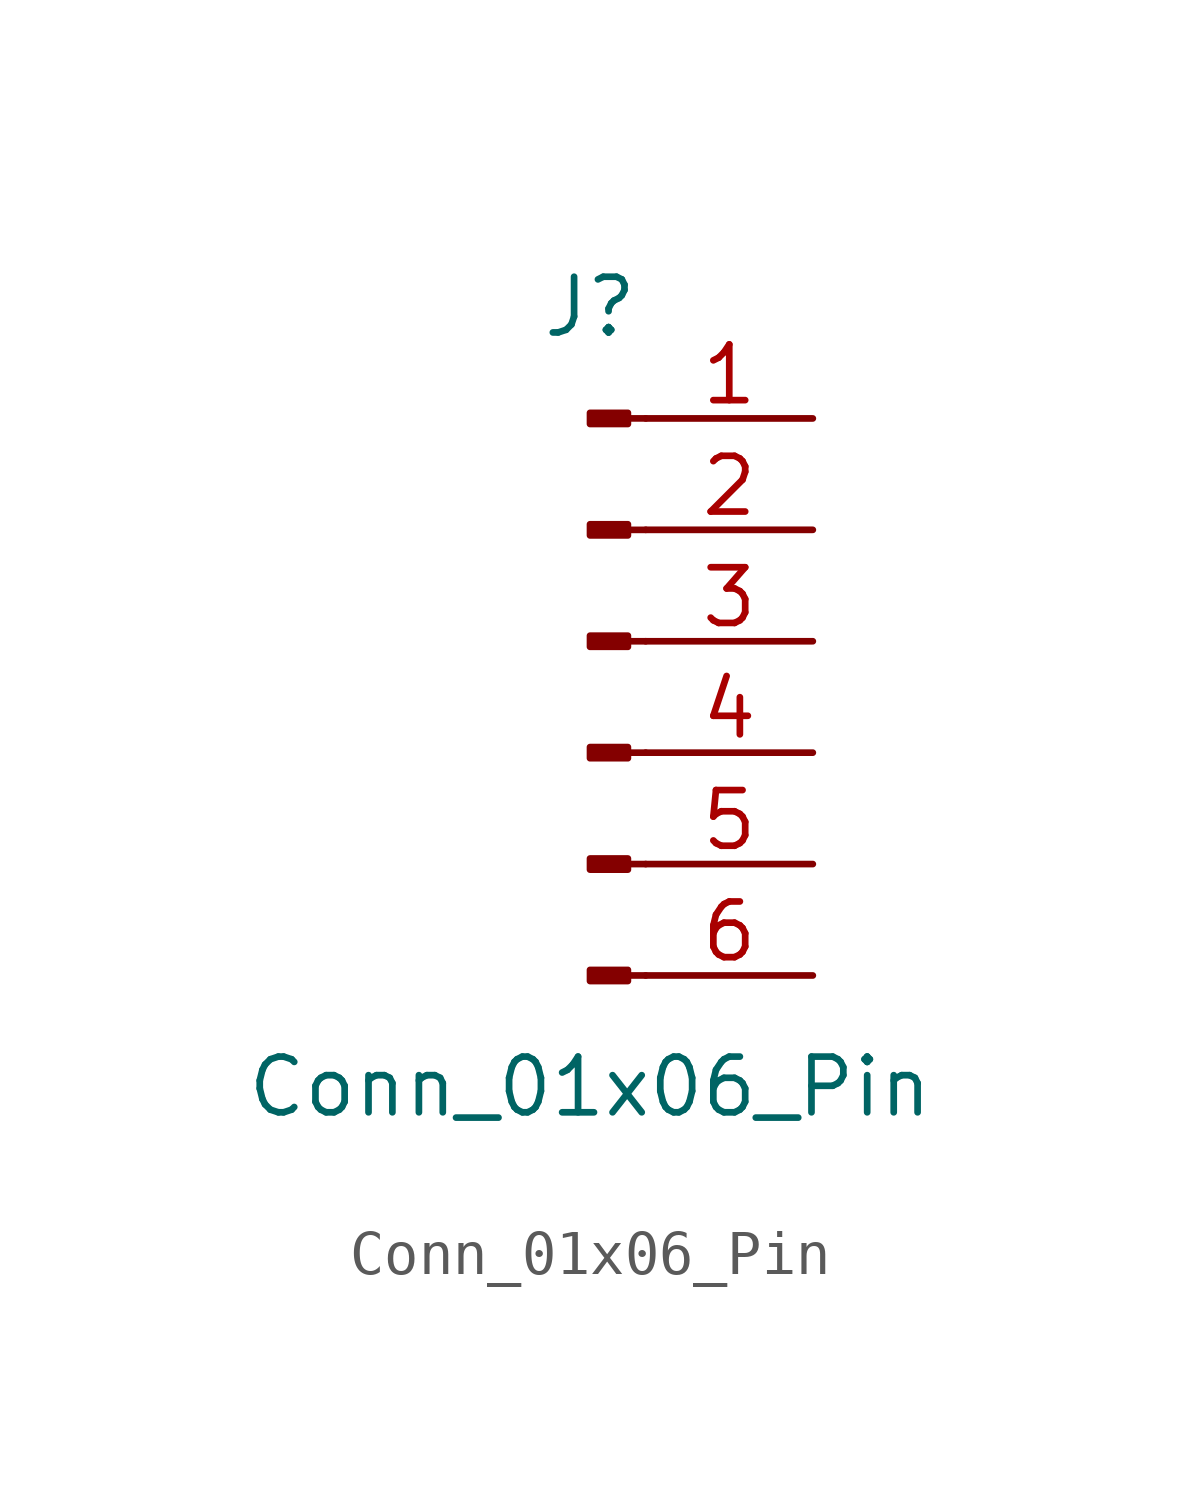
<source format=kicad_sym>
(kicad_symbol_lib
  (version 20231120)
  (generator "kicad_symbol_editor")
  (generator_version "8.0")
  (symbol "Conn_01x06_Pin"
    (pin_names
      (offset 1.016) hide)
    (property "Reference" "J"
      (at 0 7.62 0)
      (effects (font (size 1.27 1.27))))
    (property "Value" "Conn_01x06_Pin"
      (at 0 -10.16 0)
      (effects (font (size 1.27 1.27))))
    (property "ki_locked" ""
      (at 0 0 0)
      (effects (font (size 1.27 1.27))))
    (symbol "Conn_01x06_Pin_1_1"
      (polyline (pts (xy 1.27 -7.62) (xy 0.864 -7.62)) (stroke (width 0.152) (type default)) (fill (type none)))
      (polyline (pts (xy 1.27 -5.08) (xy 0.864 -5.08)) (stroke (width 0.152) (type default)) (fill (type none)))
      (polyline (pts (xy 1.27 -2.54) (xy 0.864 -2.54)) (stroke (width 0.152) (type default)) (fill (type none)))
      (polyline (pts (xy 1.27 0) (xy 0.864 0)) (stroke (width 0.152) (type default)) (fill (type none)))
      (polyline (pts (xy 1.27 2.54) (xy 0.864 2.54)) (stroke (width 0.152) (type default)) (fill (type none)))
      (polyline (pts (xy 1.27 5.08) (xy 0.864 5.08)) (stroke (width 0.152) (type default)) (fill (type none)))
      (rectangle (start 0.864 -7.493) (end 0 -7.747) (stroke (width 0.152) (type default)) (fill (type outline)))
      (rectangle (start 0.864 -4.953) (end 0 -5.207) (stroke (width 0.152) (type default)) (fill (type outline)))
      (rectangle (start 0.864 -2.413) (end 0 -2.667) (stroke (width 0.152) (type default)) (fill (type outline)))
      (rectangle (start 0.864 0.127) (end 0 -0.127) (stroke (width 0.152) (type default)) (fill (type outline)))
      (rectangle (start 0.864 2.667) (end 0 2.413) (stroke (width 0.152) (type default)) (fill (type outline)))
      (rectangle (start 0.864 5.207) (end 0 4.953) (stroke (width 0.152) (type default)) (fill (type outline)))
      (pin passive line (at 5.08 5.08 180) (length 3.81) (name "Pin_1" (effects (font (size 1.27 1.27)))) (number "1" (effects (font (size 1.27 1.27)))))
      (pin passive line (at 5.08 2.54 180) (length 3.81) (name "Pin_2" (effects (font (size 1.27 1.27)))) (number "2" (effects (font (size 1.27 1.27)))))
      (pin passive line (at 5.08 0 180) (length 3.81) (name "Pin_3" (effects (font (size 1.27 1.27)))) (number "3" (effects (font (size 1.27 1.27)))))
      (pin passive line (at 5.08 -2.54 180) (length 3.81) (name "Pin_4" (effects (font (size 1.27 1.27)))) (number "4" (effects (font (size 1.27 1.27)))))
      (pin passive line (at 5.08 -5.08 180) (length 3.81) (name "Pin_5" (effects (font (size 1.27 1.27)))) (number "5" (effects (font (size 1.27 1.27)))))
      (pin passive line (at 5.08 -7.62 180) (length 3.81) (name "Pin_6" (effects (font (size 1.27 1.27)))) (number "6" (effects (font (size 1.27 1.27))))))))
</source>
